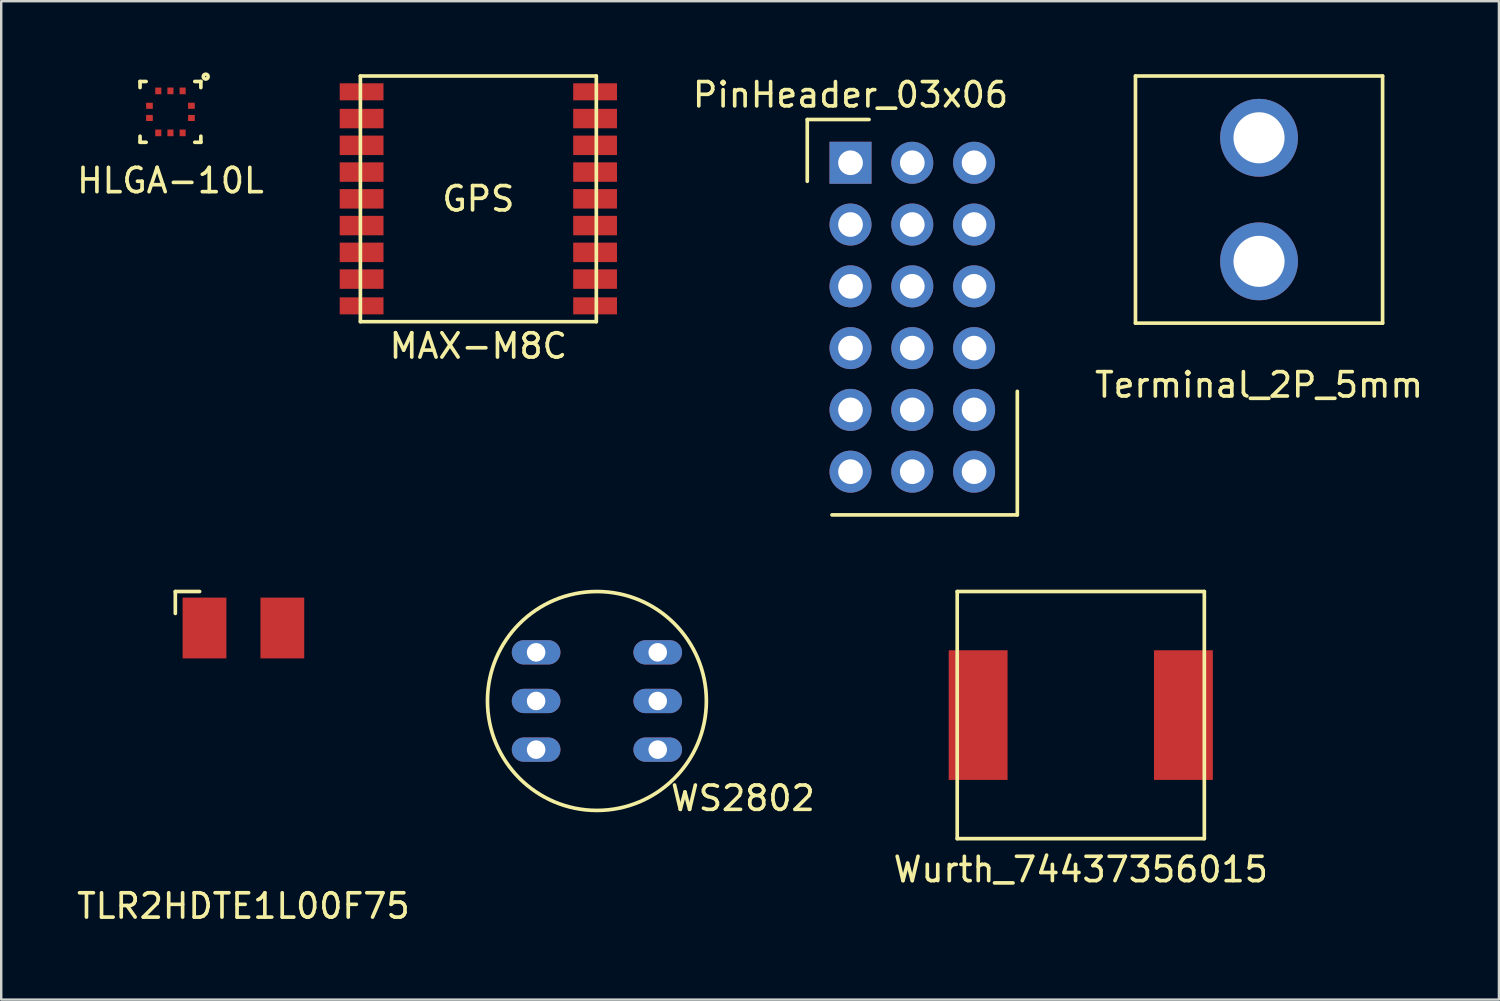
<source format=kicad_pcb>
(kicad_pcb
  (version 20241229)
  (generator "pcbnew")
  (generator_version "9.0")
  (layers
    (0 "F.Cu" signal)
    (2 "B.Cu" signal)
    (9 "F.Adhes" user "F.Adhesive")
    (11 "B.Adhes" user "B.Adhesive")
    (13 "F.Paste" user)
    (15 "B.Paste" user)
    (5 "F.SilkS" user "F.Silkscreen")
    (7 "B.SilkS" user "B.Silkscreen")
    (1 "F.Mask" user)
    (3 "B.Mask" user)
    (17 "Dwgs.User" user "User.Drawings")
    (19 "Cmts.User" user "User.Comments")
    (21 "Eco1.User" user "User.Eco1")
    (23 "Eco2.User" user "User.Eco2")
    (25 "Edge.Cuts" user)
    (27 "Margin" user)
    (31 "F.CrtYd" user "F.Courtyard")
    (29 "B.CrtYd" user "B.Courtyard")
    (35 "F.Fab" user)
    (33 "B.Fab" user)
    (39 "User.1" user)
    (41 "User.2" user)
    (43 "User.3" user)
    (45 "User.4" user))
  (footprint "Wurth_74437356015"
    (layer "F.Cu")
    (at 41.385 26.35)
    (property "Reference" "Wurth_74437356015" (at 0 6.35 0) (layer "F.SilkS") (effects (font (size 1 1) (thickness 0.15))))
    (attr through_hole)
    (fp_line (start -5.08 5.08) (end -5.08 -5.08) (stroke (width 0.15) (type solid)) (layer "F.SilkS"))
    (fp_line (start -5.08 5.08) (end 5.08 5.08) (stroke (width 0.15) (type solid)) (layer "F.SilkS"))
    (fp_line (start 5.08 -5.08) (end -5.08 -5.08) (stroke (width 0.15) (type solid)) (layer "F.SilkS"))
    (fp_line (start 5.08 -5.08) (end 5.08 5.08) (stroke (width 0.15) (type solid)) (layer "F.SilkS"))
    (pad "1" smd rect (at -4.22 0) (size 2.42 5.33) (layers "F.Cu" "F.Mask" "F.Paste"))
    (pad "2" smd rect (at 4.22 0) (size 2.42 5.33) (layers "F.Cu" "F.Mask" "F.Paste")))
  (footprint "WS2802"
    (layer "F.Cu")
    (at 21.492 25.77)
    (property "Reference" "WS2802" (at 6 4 0) (layer "F.SilkS") (effects (font (size 1 1) (thickness 0.15))))
    (attr through_hole)
    (fp_circle (center 0 0) (end 4.5 0) (stroke (width 0.15) (type solid)) (fill no) (layer "F.SilkS"))
    (pad "1" thru_hole oval (at -2.5 -2) (size 2 1) (drill 0.762) (layers "*.Cu" "*.Mask"))
    (pad "2" thru_hole oval (at -2.5 0) (size 2 1) (drill 0.762) (layers "*.Cu" "*.Mask"))
    (pad "3" thru_hole oval (at -2.5 2) (size 2 1) (drill 0.762) (layers "*.Cu" "*.Mask"))
    (pad "4" thru_hole oval (at 2.5 -2) (size 2 1) (drill 0.762) (layers "*.Cu" "*.Mask"))
    (pad "5" thru_hole oval (at 2.5 0) (size 2 1) (drill 0.762) (layers "*.Cu" "*.Mask"))
    (pad "6" thru_hole oval (at 2.5 2) (size 2 1) (drill 0.762) (layers "*.Cu" "*.Mask")))
  (footprint "MAX-M8C"
    (layer "F.Cu")
    (at 16.617 5.125)
    (property "Reference" "MAX-M8C" (at 0 6.05 0) (layer "F.SilkS") (effects (font (size 1 1) (thickness 0.15))))
    (attr through_hole)
    (fp_line (start -4.85 -5.05) (end -4.85 5.05) (stroke (width 0.15) (type solid)) (layer "F.SilkS"))
    (fp_line (start -4.85 -5.05) (end 4.85 -5.05) (stroke (width 0.15) (type solid)) (layer "F.SilkS"))
    (fp_line (start 4.85 -5.05) (end 4.85 5.05) (stroke (width 0.15) (type solid)) (layer "F.SilkS"))
    (fp_line (start 4.85 5.05) (end -4.85 5.05) (stroke (width 0.15) (type solid)) (layer "F.SilkS"))
    (fp_text user "GPS" (at 0 0 0) (layer "F.SilkS") (effects (font (size 1 1) (thickness 0.15))))
    (pad "1" smd rect (at 4.8 4.4) (size 1.8 0.7) (layers "F.Cu" "F.Mask" "F.Paste"))
    (pad "2" smd rect (at 4.8 3.3) (size 1.8 0.8) (layers "F.Cu" "F.Mask" "F.Paste"))
    (pad "3" smd rect (at 4.8 2.2) (size 1.8 0.8) (layers "F.Cu" "F.Mask" "F.Paste"))
    (pad "4" smd rect (at 4.8 1.1) (size 1.8 0.8) (layers "F.Cu" "F.Mask" "F.Paste"))
    (pad "5" smd rect (at 4.8 0) (size 1.8 0.8) (layers "F.Cu" "F.Mask" "F.Paste"))
    (pad "6" smd rect (at 4.8 -1.1) (size 1.8 0.8) (layers "F.Cu" "F.Mask" "F.Paste"))
    (pad "7" smd rect (at 4.8 -2.2) (size 1.8 0.8) (layers "F.Cu" "F.Mask" "F.Paste"))
    (pad "8" smd rect (at 4.8 -3.3) (size 1.8 0.8) (layers "F.Cu" "F.Mask" "F.Paste"))
    (pad "9" smd rect (at 4.8 -4.4) (size 1.8 0.7) (layers "F.Cu" "F.Mask" "F.Paste"))
    (pad "10" smd rect (at -4.8 -4.4) (size 1.8 0.7) (layers "F.Cu" "F.Mask" "F.Paste"))
    (pad "11" smd rect (at -4.8 -3.3) (size 1.8 0.8) (layers "F.Cu" "F.Mask" "F.Paste"))
    (pad "12" smd rect (at -4.8 -2.2) (size 1.8 0.8) (layers "F.Cu" "F.Mask" "F.Paste"))
    (pad "13" smd rect (at -4.8 -1.1) (size 1.8 0.8) (layers "F.Cu" "F.Mask" "F.Paste"))
    (pad "14" smd rect (at -4.8 0) (size 1.8 0.8) (layers "F.Cu" "F.Mask" "F.Paste"))
    (pad "15" smd rect (at -4.8 1.1) (size 1.8 0.8) (layers "F.Cu" "F.Mask" "F.Paste"))
    (pad "16" smd rect (at -4.8 2.2) (size 1.8 0.8) (layers "F.Cu" "F.Mask" "F.Paste"))
    (pad "17" smd rect (at -4.8 3.3) (size 1.8 0.8) (layers "F.Cu" "F.Mask" "F.Paste"))
    (pad "18" smd rect (at -4.8 4.4) (size 1.8 0.7) (layers "F.Cu" "F.Mask" "F.Paste")))
  (footprint "TLR2HDTE1L00F75"
    (layer "F.Cu")
    (at 6.958 22.77)
    (property "Reference" "TLR2HDTE1L00F75" (at 0 11.43 0) (layer "F.SilkS") (effects (font (size 1 1) (thickness 0.15))))
    (attr through_hole)
    (fp_line (start -2.8 -1.5) (end -1.8 -1.5) (stroke (width 0.15) (type solid)) (layer "F.SilkS"))
    (fp_line (start -2.8 -0.6) (end -2.8 -1.5) (stroke (width 0.15) (type solid)) (layer "F.SilkS"))
    (pad "1" smd rect (at -1.6 0) (size 1.8 2.5) (layers "F.Cu" "F.Mask" "F.Paste"))
    (pad "2" smd rect (at 1.6 0) (size 1.8 2.5) (layers "F.Cu" "F.Mask" "F.Paste")))
  (footprint "Terminal_2P_5mm"
    (layer "F.Cu")
    (at 48.714 5.155)
    (property "Reference" "Terminal_2P_5mm" (at 0 7.62 0) (layer "F.SilkS") (effects (font (size 1 1) (thickness 0.15))))
    (attr through_hole)
    (fp_line (start -5.08 -5.08) (end -5.08 5.08) (stroke (width 0.15) (type solid)) (layer "F.SilkS"))
    (fp_line (start -5.08 5.08) (end 5.08 5.08) (stroke (width 0.15) (type solid)) (layer "F.SilkS"))
    (fp_line (start 5.08 -5.08) (end -5.08 -5.08) (stroke (width 0.15) (type solid)) (layer "F.SilkS"))
    (fp_line (start 5.08 5.08) (end 5.08 -5.08) (stroke (width 0.15) (type solid)) (layer "F.SilkS"))
    (pad "1" thru_hole circle (at 0 -2.54) (size 3.2 3.2) (drill 2.1) (layers "*.Cu" "*.Mask"))
    (pad "2" thru_hole circle (at 0 2.54) (size 3.2 3.2) (drill 2.1) (layers "*.Cu" "*.Mask")))
  (footprint "PinHeader_03x06"
    (layer "F.Cu")
    (at 34.458 9.992)
    (property "Reference" "PinHeader_03x06" (at -2.54 -9.144 0) (layer "F.SilkS") (effects (font (size 1 1) (thickness 0.15))))
    (attr through_hole)
    (fp_line (start -4.318 -8.128) (end -1.778 -8.128) (stroke (width 0.15) (type solid)) (layer "F.SilkS"))
    (fp_line (start -4.318 -5.588) (end -4.318 -8.128) (stroke (width 0.15) (type solid)) (layer "F.SilkS"))
    (fp_line (start -3.302 8.128) (end 4.318 8.128) (stroke (width 0.15) (type solid)) (layer "F.SilkS"))
    (fp_line (start 4.318 8.128) (end 4.318 3.048) (stroke (width 0.15) (type solid)) (layer "F.SilkS"))
    (pad "1" thru_hole rect (at -2.54 -6.35) (size 1.727 1.727) (drill 1.016) (layers "*.Cu" "*.Mask"))
    (pad "2" thru_hole circle (at -2.54 -3.81) (size 1.727 1.727) (drill 1.016) (layers "*.Cu" "*.Mask"))
    (pad "3" thru_hole circle (at -2.54 -1.27) (size 1.727 1.727) (drill 1.016) (layers "*.Cu" "*.Mask"))
    (pad "4" thru_hole circle (at -2.54 1.27) (size 1.727 1.727) (drill 1.016) (layers "*.Cu" "*.Mask"))
    (pad "5" thru_hole circle (at -2.54 3.81) (size 1.727 1.727) (drill 1.016) (layers "*.Cu" "*.Mask"))
    (pad "6" thru_hole circle (at -2.54 6.35) (size 1.727 1.727) (drill 1.016) (layers "*.Cu" "*.Mask"))
    (pad "7" thru_hole circle (at 0 -6.35) (size 1.727 1.727) (drill 1.016) (layers "*.Cu" "*.Mask"))
    (pad "8" thru_hole circle (at 0 -3.81) (size 1.727 1.727) (drill 1.016) (layers "*.Cu" "*.Mask"))
    (pad "9" thru_hole circle (at 0 -1.27) (size 1.727 1.727) (drill 1.016) (layers "*.Cu" "*.Mask"))
    (pad "10" thru_hole circle (at 0 1.27) (size 1.727 1.727) (drill 1.016) (layers "*.Cu" "*.Mask"))
    (pad "11" thru_hole circle (at 0 3.81) (size 1.727 1.727) (drill 1.016) (layers "*.Cu" "*.Mask"))
    (pad "12" thru_hole circle (at 0 6.35) (size 1.727 1.727) (drill 1.016) (layers "*.Cu" "*.Mask"))
    (pad "13" thru_hole circle (at 2.54 -6.35) (size 1.727 1.727) (drill 1.016) (layers "*.Cu" "*.Mask"))
    (pad "14" thru_hole circle (at 2.54 -3.81) (size 1.727 1.727) (drill 1.016) (layers "*.Cu" "*.Mask"))
    (pad "15" thru_hole circle (at 2.54 -1.27) (size 1.727 1.727) (drill 1.016) (layers "*.Cu" "*.Mask"))
    (pad "16" thru_hole circle (at 2.54 1.27) (size 1.727 1.727) (drill 1.016) (layers "*.Cu" "*.Mask"))
    (pad "17" thru_hole circle (at 2.54 3.81) (size 1.727 1.727) (drill 1.016) (layers "*.Cu" "*.Mask"))
    (pad "18" thru_hole circle (at 2.54 6.35) (size 1.727 1.727) (drill 1.016) (layers "*.Cu" "*.Mask")))
  (footprint "HLGA-10L"
    (layer "F.Cu")
    (at 3.958 1.55)
    (property "Reference" "HLGA-10L" (at 0 2.825 0) (layer "F.SilkS") (effects (font (size 1 1) (thickness 0.15))))
    (attr through_hole)
    (fp_line (start -1.25 -1.25) (end -1.25 -1) (stroke (width 0.15) (type solid)) (layer "F.SilkS"))
    (fp_line (start -1.25 -1.25) (end -1 -1.25) (stroke (width 0.15) (type solid)) (layer "F.SilkS"))
    (fp_line (start -1.25 1.25) (end -1.25 1) (stroke (width 0.15) (type solid)) (layer "F.SilkS"))
    (fp_line (start -1.25 1.25) (end -1 1.25) (stroke (width 0.15) (type solid)) (layer "F.SilkS"))
    (fp_line (start 1.25 -1.25) (end 1 -1.25) (stroke (width 0.15) (type solid)) (layer "F.SilkS"))
    (fp_line (start 1.25 -1.25) (end 1.25 -1) (stroke (width 0.15) (type solid)) (layer "F.SilkS"))
    (fp_line (start 1.25 1.25) (end 1 1.25) (stroke (width 0.15) (type solid)) (layer "F.SilkS"))
    (fp_line (start 1.25 1.25) (end 1.25 1) (stroke (width 0.15) (type solid)) (layer "F.SilkS"))
    (fp_circle (center 1.45 -1.45) (end 1.475 -1.45) (stroke (width 0.15) (type solid)) (fill no) (layer "F.SilkS"))
    (pad "1" smd rect (at 0.863 -0.25) (size 0.275 0.25) (layers "F.Cu" "F.Mask" "F.Paste"))
    (pad "2" smd rect (at 0.863 0.25) (size 0.275 0.25) (layers "F.Cu" "F.Mask" "F.Paste"))
    (pad "3" smd rect (at 0.5 0.863) (size 0.25 0.275) (layers "F.Cu" "F.Mask" "F.Paste"))
    (pad "4" smd rect (at 0 0.863) (size 0.25 0.275) (layers "F.Cu" "F.Mask" "F.Paste"))
    (pad "5" smd rect (at -0.5 0.863) (size 0.25 0.275) (layers "F.Cu" "F.Mask" "F.Paste"))
    (pad "6" smd rect (at -0.863 0.25) (size 0.275 0.25) (layers "F.Cu" "F.Mask" "F.Paste"))
    (pad "7" smd rect (at -0.863 -0.25) (size 0.275 0.25) (layers "F.Cu" "F.Mask" "F.Paste"))
    (pad "8" smd rect (at -0.5 -0.863) (size 0.25 0.275) (layers "F.Cu" "F.Mask" "F.Paste"))
    (pad "9" smd rect (at 0 -0.863) (size 0.25 0.275) (layers "F.Cu" "F.Mask" "F.Paste"))
    (pad "10" smd rect (at 0.5 -0.863) (size 0.25 0.275) (layers "F.Cu" "F.Mask" "F.Paste")))
  (gr_rect
    (start -3 -3)
    (end 58.577 38.048)
    (stroke (width 0.1) (type default))
    (fill no)
    (layer "Edge.Cuts")))
</source>
